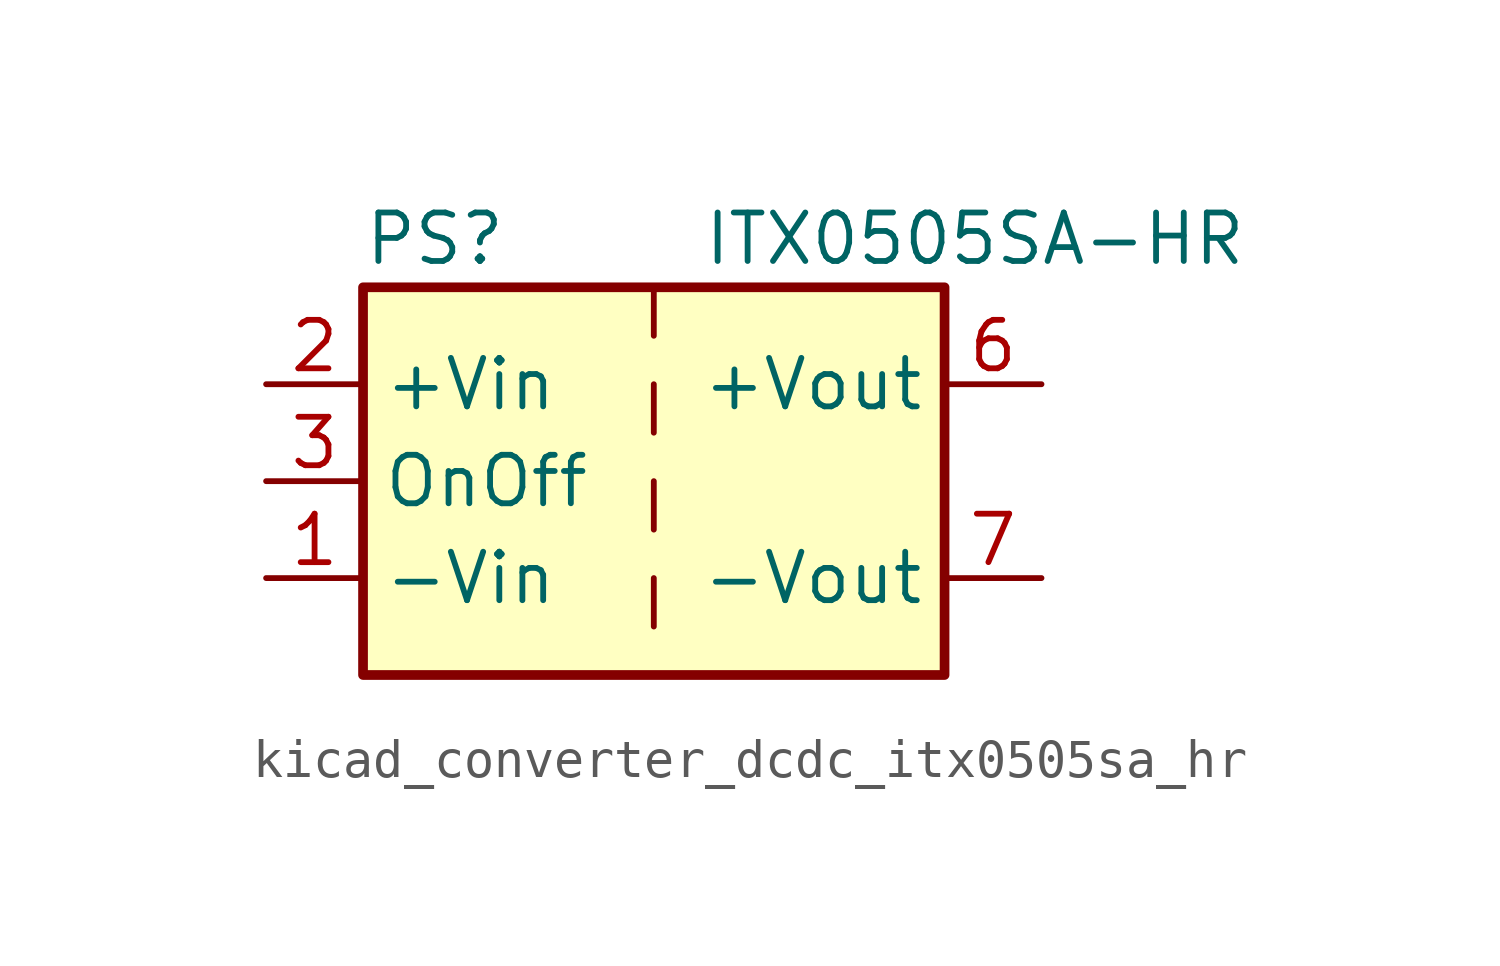
<source format=kicad_sym>
(kicad_symbol_lib
  (version 20220914)
  (generator kicad_symbol_editor)
  (symbol "kicad_converter_dcdc_itx0505sa_hr"
    (property "Reference" "PS"
      (at -7.62 6.35 0)
      (effects (font (size 1.27 1.27)) (justify left)))
    (property "Value" "ITX0505SA-HR"
      (at 1.27 6.35 0)
      (effects (font (size 1.27 1.27)) (justify left)))
    (symbol "kicad_converter_dcdc_itx0505sa_hr_0_0"
      (pin power_in line (at -10.16 -2.54 0) (length 2.54) (name "-Vin" (effects (font (size 1.27 1.27)))) (number "1" (effects (font (size 1.27 1.27)))))
      (pin power_in line (at -10.16 2.54 0) (length 2.54) (name "+Vin" (effects (font (size 1.27 1.27)))) (number "2" (effects (font (size 1.27 1.27)))))
      (pin input line (at -10.16 0 0) (length 2.54) (name "OnOff" (effects (font (size 1.27 1.27)))) (number "3" (effects (font (size 1.27 1.27)))))
      (pin no_connect line (at 0 5.08 270) (length 2.54) hide (name "NC" (effects (font (size 1.27 1.27)))) (number "5" (effects (font (size 1.27 1.27)))))
      (pin power_out line (at 10.16 2.54 180) (length 2.54) (name "+Vout" (effects (font (size 1.27 1.27)))) (number "6" (effects (font (size 1.27 1.27)))))
      (pin power_out line (at 10.16 -2.54 180) (length 2.54) (name "-Vout" (effects (font (size 1.27 1.27)))) (number "7" (effects (font (size 1.27 1.27)))))
      (pin no_connect line (at 7.62 0 180) (length 2.54) hide (name "NC" (effects (font (size 1.27 1.27)))) (number "8" (effects (font (size 1.27 1.27))))))
    (symbol "kicad_converter_dcdc_itx0505sa_hr_0_1"
      (rectangle (start -7.62 5.08) (end 7.62 -5.08) (stroke (width 0.254) (type default)) (fill (type background)))
      (polyline (pts (xy 0 -2.54) (xy 0 -3.81)) (stroke (width 0) (type default)) (fill (type none)))
      (polyline (pts (xy 0 0) (xy 0 -1.27)) (stroke (width 0) (type default)) (fill (type none)))
      (polyline (pts (xy 0 2.54) (xy 0 1.27)) (stroke (width 0) (type default)) (fill (type none)))
      (polyline (pts (xy 0 5.08) (xy 0 3.81)) (stroke (width 0) (type default)) (fill (type none))))))
</source>
